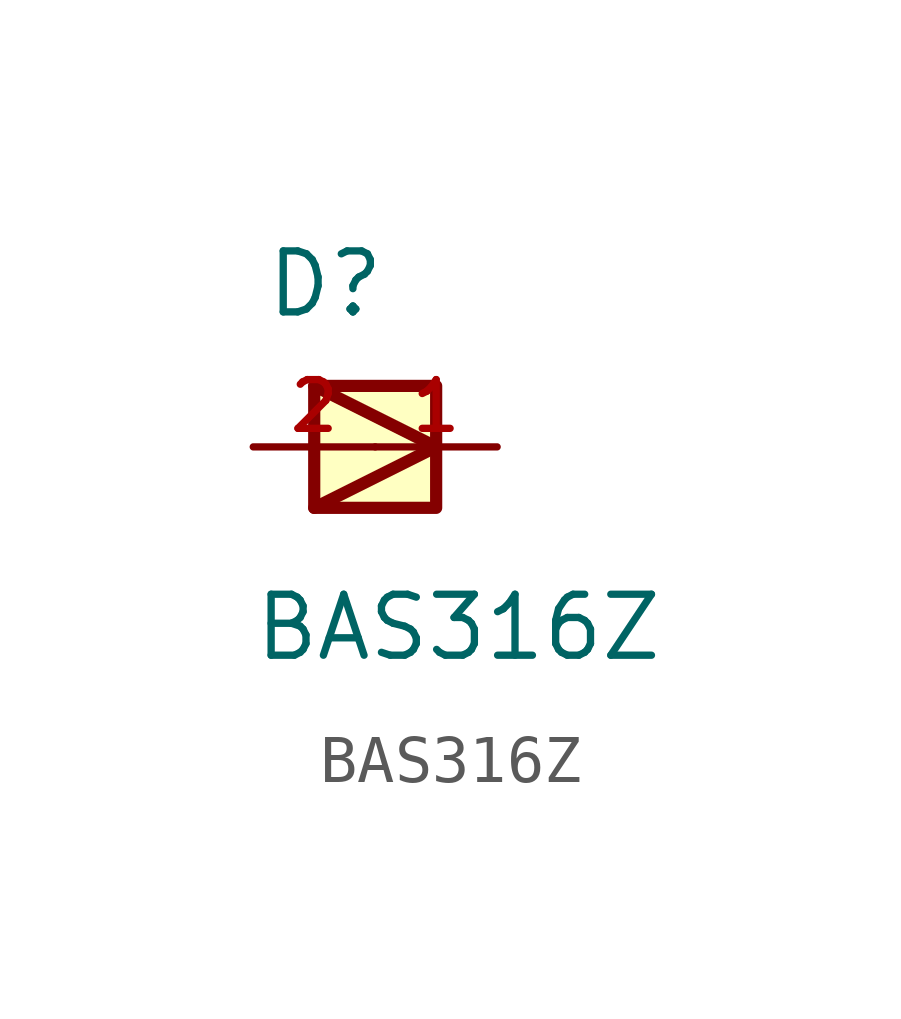
<source format=kicad_sym>
(kicad_symbol_lib
  (version 20211014)
  (generator kicad_symbol_editor)
  (symbol "BAS316Z"
    (pin_names
      (offset 1.016))
    (property "Reference" "D"
      (at -2.318 2.649 0)
      (effects (font (size 1.27 1.27)) (justify bottom left)))
    (property "Value" "BAS316Z"
      (at -2.57 -4.503 0)
      (effects (font (size 1.27 1.27)) (justify bottom left)))
    (symbol "BAS316Z_0_0"
      (polyline (pts (xy -1.27 -1.27) (xy 1.27 0.0)) (stroke (width 0.254)))
      (polyline (pts (xy 1.27 0.0) (xy -1.27 1.27)) (stroke (width 0.254)))
      (rectangle (start -1.27 -1.27) (end 1.27 1.27) (stroke (width 0.254)) (fill (type background)))
      (pin passive line (at -2.54 0.0 0) (length 2.54) (name "~" (effects (font (size 1.016 1.016)))) (number "2" (effects (font (size 1.016 1.016)))))
      (pin passive line (at 2.54 0.0 180.0) (length 2.54) (name "~" (effects (font (size 1.016 1.016)))) (number "1" (effects (font (size 1.016 1.016))))))))
</source>
